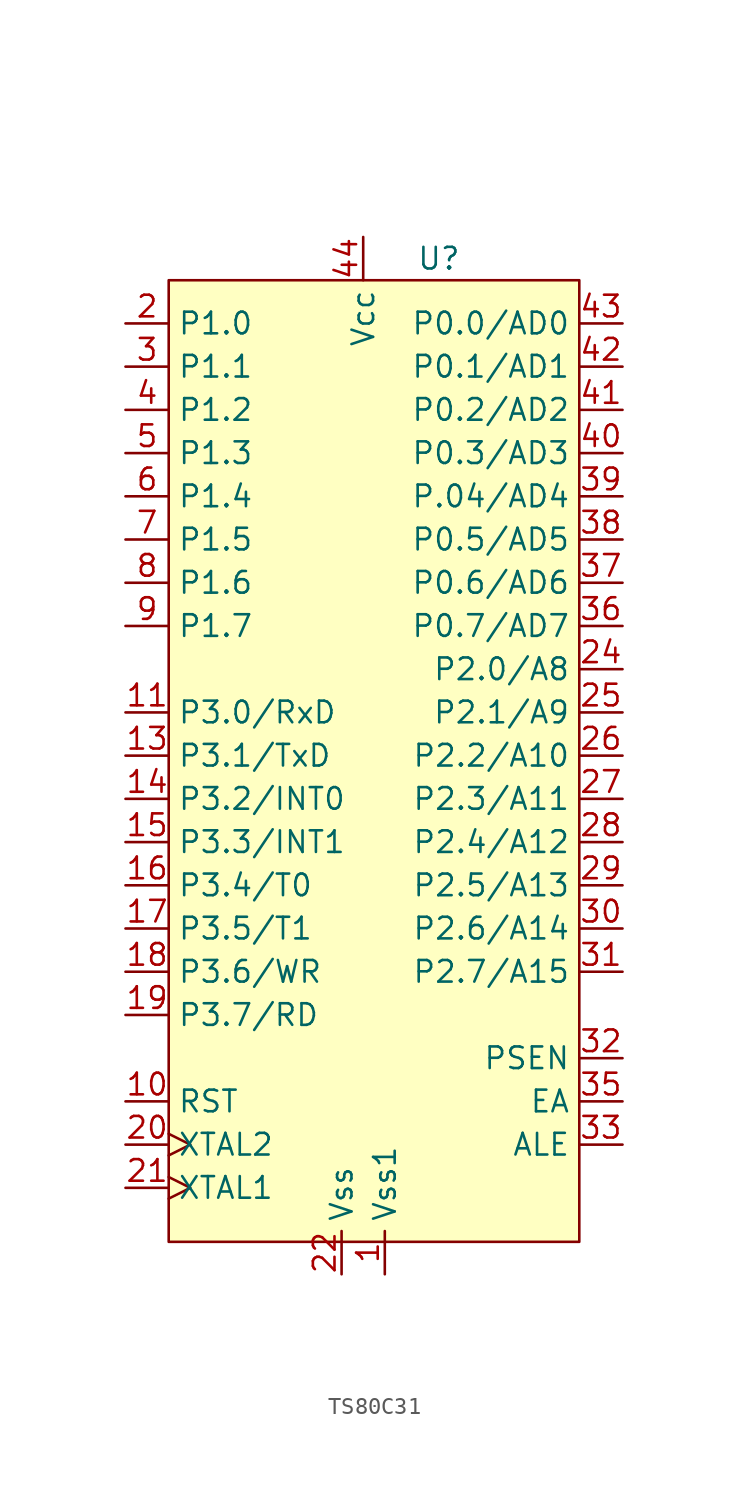
<source format=kicad_sym>
(kicad_symbol_lib
  (version 20220914)
  (generator kicad_symbol_editor)
  (symbol "TS80C31"
    (property "Reference" "U"
      (at 4.445 -4.445 0)
      (effects (font (size 1.27 1.27))))
    (property "Value" ""
      (at 0 0 0)
      (effects (font (size 1.27 1.27))))
    (symbol "TS80C31_0_0"
      (pin power_in line (at 1.27 -64.135 90) (length 2.54) (name "Vss1" (effects (font (size 1.27 1.27)))) (number "1" (effects (font (size 1.27 1.27)))))
      (pin unspecified line (at -13.97 -53.975 0) (length 2.54) (name "RST" (effects (font (size 1.27 1.27)))) (number "10" (effects (font (size 1.27 1.27)))))
      (pin unspecified line (at -13.97 -31.115 0) (length 2.54) (name "P3.0/RxD" (effects (font (size 1.27 1.27)))) (number "11" (effects (font (size 1.27 1.27)))))
      (pin unspecified line (at -13.97 -33.655 0) (length 2.54) (name "P3.1/TxD" (effects (font (size 1.27 1.27)))) (number "13" (effects (font (size 1.27 1.27)))))
      (pin unspecified line (at -13.97 -36.195 0) (length 2.54) (name "P3.2/INT0" (effects (font (size 1.27 1.27)))) (number "14" (effects (font (size 1.27 1.27)))))
      (pin unspecified line (at -13.97 -38.735 0) (length 2.54) (name "P3.3/INT1" (effects (font (size 1.27 1.27)))) (number "15" (effects (font (size 1.27 1.27)))))
      (pin unspecified line (at -13.97 -41.275 0) (length 2.54) (name "P3.4/T0" (effects (font (size 1.27 1.27)))) (number "16" (effects (font (size 1.27 1.27)))))
      (pin unspecified line (at -13.97 -43.815 0) (length 2.54) (name "P3.5/T1" (effects (font (size 1.27 1.27)))) (number "17" (effects (font (size 1.27 1.27)))))
      (pin unspecified line (at -13.97 -46.355 0) (length 2.54) (name "P3.6/WR" (effects (font (size 1.27 1.27)))) (number "18" (effects (font (size 1.27 1.27)))))
      (pin unspecified line (at -13.97 -48.895 0) (length 2.54) (name "P3.7/RD" (effects (font (size 1.27 1.27)))) (number "19" (effects (font (size 1.27 1.27)))))
      (pin unspecified line (at -13.97 -8.255 0) (length 2.54) (name "P1.0" (effects (font (size 1.27 1.27)))) (number "2" (effects (font (size 1.27 1.27)))))
      (pin unspecified clock (at -13.97 -56.515 0) (length 2.54) (name "XTAL2" (effects (font (size 1.27 1.27)))) (number "20" (effects (font (size 1.27 1.27)))))
      (pin unspecified clock (at -13.97 -59.055 0) (length 2.54) (name "XTAL1" (effects (font (size 1.27 1.27)))) (number "21" (effects (font (size 1.27 1.27)))))
      (pin power_in line (at -1.27 -64.135 90) (length 2.54) (name "Vss" (effects (font (size 1.27 1.27)))) (number "22" (effects (font (size 1.27 1.27)))))
      (pin unspecified line (at 15.24 -28.575 180) (length 2.54) (name "P2.0/A8" (effects (font (size 1.27 1.27)))) (number "24" (effects (font (size 1.27 1.27)))))
      (pin unspecified line (at 15.24 -31.115 180) (length 2.54) (name "P2.1/A9" (effects (font (size 1.27 1.27)))) (number "25" (effects (font (size 1.27 1.27)))))
      (pin unspecified line (at 15.24 -33.655 180) (length 2.54) (name "P2.2/A10" (effects (font (size 1.27 1.27)))) (number "26" (effects (font (size 1.27 1.27)))))
      (pin unspecified line (at 15.24 -36.195 180) (length 2.54) (name "P2.3/A11" (effects (font (size 1.27 1.27)))) (number "27" (effects (font (size 1.27 1.27)))))
      (pin unspecified line (at 15.24 -38.735 180) (length 2.54) (name "P2.4/A12" (effects (font (size 1.27 1.27)))) (number "28" (effects (font (size 1.27 1.27)))))
      (pin unspecified line (at 15.24 -41.275 180) (length 2.54) (name "P2.5/A13" (effects (font (size 1.27 1.27)))) (number "29" (effects (font (size 1.27 1.27)))))
      (pin unspecified line (at -13.97 -10.795 0) (length 2.54) (name "P1.1" (effects (font (size 1.27 1.27)))) (number "3" (effects (font (size 1.27 1.27)))))
      (pin unspecified line (at 15.24 -43.815 180) (length 2.54) (name "P2.6/A14" (effects (font (size 1.27 1.27)))) (number "30" (effects (font (size 1.27 1.27)))))
      (pin unspecified line (at 15.24 -46.355 180) (length 2.54) (name "P2.7/A15" (effects (font (size 1.27 1.27)))) (number "31" (effects (font (size 1.27 1.27)))))
      (pin unspecified line (at 15.24 -51.435 180) (length 2.54) (name "PSEN" (effects (font (size 1.27 1.27)))) (number "32" (effects (font (size 1.27 1.27)))))
      (pin unspecified line (at 15.24 -56.515 180) (length 2.54) (name "ALE" (effects (font (size 1.27 1.27)))) (number "33" (effects (font (size 1.27 1.27)))))
      (pin unspecified line (at 15.24 -53.975 180) (length 2.54) (name "EA" (effects (font (size 1.27 1.27)))) (number "35" (effects (font (size 1.27 1.27)))))
      (pin unspecified line (at 15.24 -26.035 180) (length 2.54) (name "P0.7/AD7" (effects (font (size 1.27 1.27)))) (number "36" (effects (font (size 1.27 1.27)))))
      (pin unspecified line (at 15.24 -23.495 180) (length 2.54) (name "P0.6/AD6" (effects (font (size 1.27 1.27)))) (number "37" (effects (font (size 1.27 1.27)))))
      (pin unspecified line (at 15.24 -20.955 180) (length 2.54) (name "P0.5/AD5" (effects (font (size 1.27 1.27)))) (number "38" (effects (font (size 1.27 1.27)))))
      (pin unspecified line (at 15.24 -18.415 180) (length 2.54) (name "P.04/AD4" (effects (font (size 1.27 1.27)))) (number "39" (effects (font (size 1.27 1.27)))))
      (pin unspecified line (at -13.97 -13.335 0) (length 2.54) (name "P1.2" (effects (font (size 1.27 1.27)))) (number "4" (effects (font (size 1.27 1.27)))))
      (pin unspecified line (at 15.24 -15.875 180) (length 2.54) (name "P0.3/AD3" (effects (font (size 1.27 1.27)))) (number "40" (effects (font (size 1.27 1.27)))))
      (pin unspecified line (at 15.24 -13.335 180) (length 2.54) (name "P0.2/AD2" (effects (font (size 1.27 1.27)))) (number "41" (effects (font (size 1.27 1.27)))))
      (pin unspecified line (at 15.24 -10.795 180) (length 2.54) (name "P0.1/AD1" (effects (font (size 1.27 1.27)))) (number "42" (effects (font (size 1.27 1.27)))))
      (pin unspecified line (at 15.24 -8.255 180) (length 2.54) (name "P0.0/AD0" (effects (font (size 1.27 1.27)))) (number "43" (effects (font (size 1.27 1.27)))))
      (pin power_in line (at 0 -3.175 270) (length 2.54) (name "Vcc" (effects (font (size 1.27 1.27)))) (number "44" (effects (font (size 1.27 1.27)))))
      (pin unspecified line (at -13.97 -15.875 0) (length 2.54) (name "P1.3" (effects (font (size 1.27 1.27)))) (number "5" (effects (font (size 1.27 1.27)))))
      (pin unspecified line (at -13.97 -18.415 0) (length 2.54) (name "P1.4" (effects (font (size 1.27 1.27)))) (number "6" (effects (font (size 1.27 1.27)))))
      (pin unspecified line (at -13.97 -20.955 0) (length 2.54) (name "P1.5" (effects (font (size 1.27 1.27)))) (number "7" (effects (font (size 1.27 1.27)))))
      (pin unspecified line (at -13.97 -23.495 0) (length 2.54) (name "P1.6" (effects (font (size 1.27 1.27)))) (number "8" (effects (font (size 1.27 1.27)))))
      (pin unspecified line (at -13.97 -26.035 0) (length 2.54) (name "P1.7" (effects (font (size 1.27 1.27)))) (number "9" (effects (font (size 1.27 1.27))))))
    (symbol "TS80C31_1_0"
      (pin unspecified line (at -13.97 -28.575 0) (length 2.54) hide (name "NIC" (effects (font (size 1.27 1.27)))) (number "12" (effects (font (size 1.27 1.27)))))
      (pin no_connect line (at -13.97 -51.435 0) (length 2.54) hide (name "NIC" (effects (font (size 1.27 1.27)))) (number "23" (effects (font (size 1.27 1.27)))))
      (pin no_connect line (at 15.24 -48.895 180) (length 2.54) hide (name "NIC" (effects (font (size 1.27 1.27)))) (number "34" (effects (font (size 1.27 1.27))))))
    (symbol "TS80C31_1_1"
      (rectangle (start -11.43 -5.715) (end 12.7 -62.23) (stroke (width 0) (type default)) (fill (type background))))))
</source>
